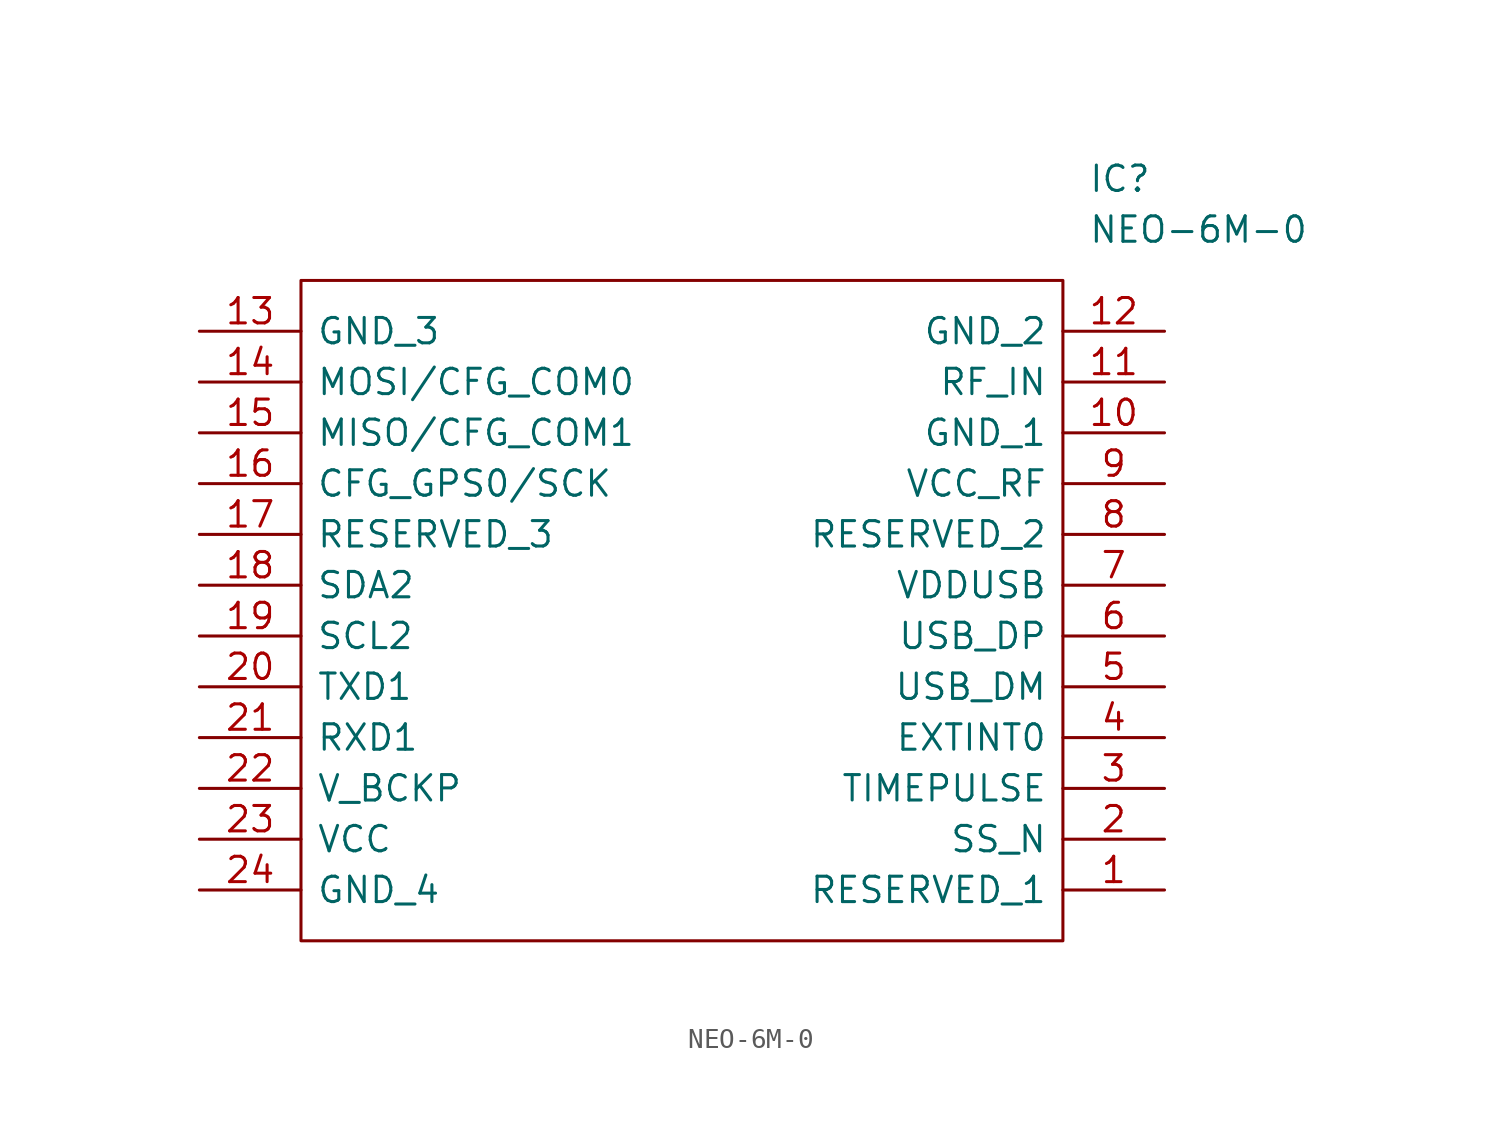
<source format=kicad_sym>
(kicad_symbol_lib
  (version 20211014)
  (generator kicad_symbol_editor)
  (symbol "NEO-6M-0"
    (pin_names
      (offset 0.762))
    (property "Reference" "IC"
      (at 44.45 7.62 0)
      (effects (font (size 1.27 1.27)) (justify left)))
    (property "Value" "NEO-6M-0"
      (at 44.45 5.08 0)
      (effects (font (size 1.27 1.27)) (justify left)))
    (symbol "NEO-6M-0_0_0"
      (pin passive line (at 48.26 -27.94 180) (length 5.08) (name "RESERVED_1" (effects (font (size 1.27 1.27)))) (number "1" (effects (font (size 1.27 1.27)))))
      (pin passive line (at 48.26 -5.08 180) (length 5.08) (name "GND_1" (effects (font (size 1.27 1.27)))) (number "10" (effects (font (size 1.27 1.27)))))
      (pin passive line (at 48.26 -2.54 180) (length 5.08) (name "RF_IN" (effects (font (size 1.27 1.27)))) (number "11" (effects (font (size 1.27 1.27)))))
      (pin passive line (at 48.26 0 180) (length 5.08) (name "GND_2" (effects (font (size 1.27 1.27)))) (number "12" (effects (font (size 1.27 1.27)))))
      (pin passive line (at 0 0 0) (length 5.08) (name "GND_3" (effects (font (size 1.27 1.27)))) (number "13" (effects (font (size 1.27 1.27)))))
      (pin passive line (at 0 -2.54 0) (length 5.08) (name "MOSI/CFG_COM0" (effects (font (size 1.27 1.27)))) (number "14" (effects (font (size 1.27 1.27)))))
      (pin passive line (at 0 -5.08 0) (length 5.08) (name "MISO/CFG_COM1" (effects (font (size 1.27 1.27)))) (number "15" (effects (font (size 1.27 1.27)))))
      (pin passive line (at 0 -7.62 0) (length 5.08) (name "CFG_GPS0/SCK" (effects (font (size 1.27 1.27)))) (number "16" (effects (font (size 1.27 1.27)))))
      (pin passive line (at 0 -10.16 0) (length 5.08) (name "RESERVED_3" (effects (font (size 1.27 1.27)))) (number "17" (effects (font (size 1.27 1.27)))))
      (pin passive line (at 0 -12.7 0) (length 5.08) (name "SDA2" (effects (font (size 1.27 1.27)))) (number "18" (effects (font (size 1.27 1.27)))))
      (pin passive line (at 0 -15.24 0) (length 5.08) (name "SCL2" (effects (font (size 1.27 1.27)))) (number "19" (effects (font (size 1.27 1.27)))))
      (pin passive line (at 48.26 -25.4 180) (length 5.08) (name "SS_N" (effects (font (size 1.27 1.27)))) (number "2" (effects (font (size 1.27 1.27)))))
      (pin passive line (at 0 -17.78 0) (length 5.08) (name "TXD1" (effects (font (size 1.27 1.27)))) (number "20" (effects (font (size 1.27 1.27)))))
      (pin passive line (at 0 -20.32 0) (length 5.08) (name "RXD1" (effects (font (size 1.27 1.27)))) (number "21" (effects (font (size 1.27 1.27)))))
      (pin passive line (at 0 -22.86 0) (length 5.08) (name "V_BCKP" (effects (font (size 1.27 1.27)))) (number "22" (effects (font (size 1.27 1.27)))))
      (pin passive line (at 0 -25.4 0) (length 5.08) (name "VCC" (effects (font (size 1.27 1.27)))) (number "23" (effects (font (size 1.27 1.27)))))
      (pin passive line (at 0 -27.94 0) (length 5.08) (name "GND_4" (effects (font (size 1.27 1.27)))) (number "24" (effects (font (size 1.27 1.27)))))
      (pin passive line (at 48.26 -22.86 180) (length 5.08) (name "TIMEPULSE" (effects (font (size 1.27 1.27)))) (number "3" (effects (font (size 1.27 1.27)))))
      (pin passive line (at 48.26 -20.32 180) (length 5.08) (name "EXTINT0" (effects (font (size 1.27 1.27)))) (number "4" (effects (font (size 1.27 1.27)))))
      (pin passive line (at 48.26 -17.78 180) (length 5.08) (name "USB_DM" (effects (font (size 1.27 1.27)))) (number "5" (effects (font (size 1.27 1.27)))))
      (pin passive line (at 48.26 -15.24 180) (length 5.08) (name "USB_DP" (effects (font (size 1.27 1.27)))) (number "6" (effects (font (size 1.27 1.27)))))
      (pin passive line (at 48.26 -12.7 180) (length 5.08) (name "VDDUSB" (effects (font (size 1.27 1.27)))) (number "7" (effects (font (size 1.27 1.27)))))
      (pin passive line (at 48.26 -10.16 180) (length 5.08) (name "RESERVED_2" (effects (font (size 1.27 1.27)))) (number "8" (effects (font (size 1.27 1.27)))))
      (pin passive line (at 48.26 -7.62 180) (length 5.08) (name "VCC_RF" (effects (font (size 1.27 1.27)))) (number "9" (effects (font (size 1.27 1.27))))))
    (symbol "NEO-6M-0_0_1"
      (polyline (pts (xy 5.08 2.54) (xy 43.18 2.54) (xy 43.18 -30.48) (xy 5.08 -30.48) (xy 5.08 2.54)) (stroke (width 0.152) (type default) (color 0 0 0 0)) (fill (type none))))))
</source>
